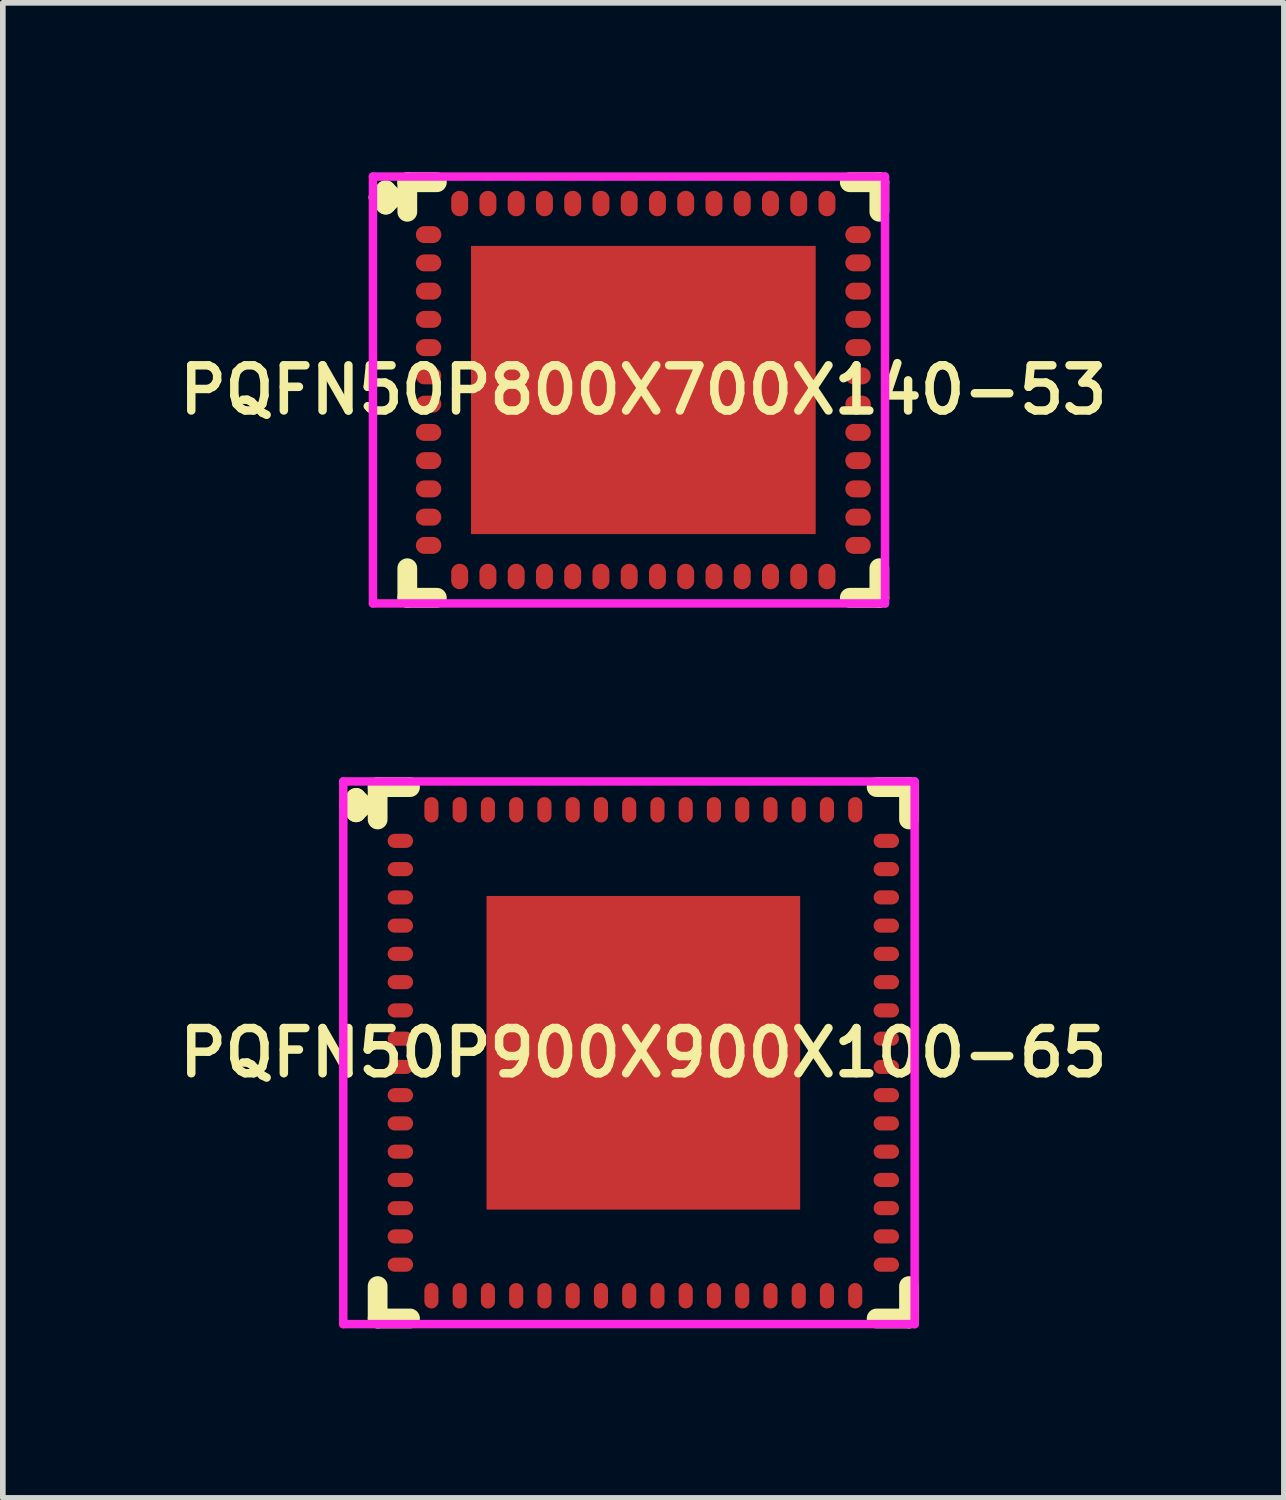
<source format=kicad_pcb>
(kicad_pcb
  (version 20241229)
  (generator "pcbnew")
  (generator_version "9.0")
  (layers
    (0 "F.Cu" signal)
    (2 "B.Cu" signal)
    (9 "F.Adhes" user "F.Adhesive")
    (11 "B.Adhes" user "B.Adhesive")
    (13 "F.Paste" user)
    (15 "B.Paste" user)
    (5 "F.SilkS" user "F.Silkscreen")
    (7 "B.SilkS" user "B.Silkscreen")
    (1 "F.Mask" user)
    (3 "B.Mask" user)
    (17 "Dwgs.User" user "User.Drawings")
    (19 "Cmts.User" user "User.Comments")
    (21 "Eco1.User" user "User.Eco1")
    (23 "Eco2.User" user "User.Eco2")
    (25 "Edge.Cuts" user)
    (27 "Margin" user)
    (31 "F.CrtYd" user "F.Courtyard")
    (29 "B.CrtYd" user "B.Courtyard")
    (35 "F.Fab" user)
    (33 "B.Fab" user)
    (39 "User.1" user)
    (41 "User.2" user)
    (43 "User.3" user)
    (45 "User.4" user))
  (footprint "PQFN50P900X900X100-65"
    (layer "F.Cu")
    (at 8.335 15.581)
    (property "Reference" "PQFN50P900X900X100-65" (at 0 0 0) (layer "F.SilkS") (effects (font (size 0.8 0.8) (thickness 0.15))))
    (attr through_hole)
    (fp_line (start -5.21 -4.383) (end -5.083 -4.51) (stroke (width 0.35) (type solid)) (layer "F.SilkS"))
    (fp_line (start -5.083 -4.51) (end -4.956 -4.383) (stroke (width 0.35) (type solid)) (layer "F.SilkS"))
    (fp_line (start -5.083 -4.256) (end -5.21 -4.383) (stroke (width 0.35) (type solid)) (layer "F.SilkS"))
    (fp_line (start -4.956 -4.383) (end -5.083 -4.256) (stroke (width 0.35) (type solid)) (layer "F.SilkS"))
    (fp_line (start -4.702 -4.702) (end -4.129 -4.702) (stroke (width 0.35) (type solid)) (layer "F.SilkS"))
    (fp_line (start -4.702 -4.129) (end -4.702 -4.702) (stroke (width 0.35) (type solid)) (layer "F.SilkS"))
    (fp_line (start -4.702 4.129) (end -4.702 4.702) (stroke (width 0.35) (type solid)) (layer "F.SilkS"))
    (fp_line (start -4.702 4.702) (end -4.129 4.702) (stroke (width 0.35) (type solid)) (layer "F.SilkS"))
    (fp_line (start 4.129 -4.702) (end 4.702 -4.702) (stroke (width 0.35) (type solid)) (layer "F.SilkS"))
    (fp_line (start 4.129 4.702) (end 4.702 4.702) (stroke (width 0.35) (type solid)) (layer "F.SilkS"))
    (fp_line (start 4.702 -4.702) (end 4.702 -4.129) (stroke (width 0.35) (type solid)) (layer "F.SilkS"))
    (fp_line (start 4.702 4.702) (end 4.702 4.129) (stroke (width 0.35) (type solid)) (layer "F.SilkS"))
    (fp_line (start -5.31 -4.802) (end 4.802 -4.802) (stroke (width 0.15) (type solid)) (layer "F.CrtYd"))
    (fp_line (start -5.31 4.802) (end -5.31 -4.802) (stroke (width 0.15) (type solid)) (layer "F.CrtYd"))
    (fp_line (start 4.802 -4.802) (end 4.802 4.802) (stroke (width 0.15) (type solid)) (layer "F.CrtYd"))
    (fp_line (start 4.802 4.802) (end -5.31 4.802) (stroke (width 0.15) (type solid)) (layer "F.CrtYd"))
    (pad "1" smd oval (at -4.3 -3.75) (size 0.45 0.25) (layers "F.Cu" "F.Mask" "F.Paste"))
    (pad "2" smd oval (at -4.3 -3.25) (size 0.45 0.25) (layers "F.Cu" "F.Mask" "F.Paste"))
    (pad "3" smd oval (at -4.3 -2.75) (size 0.45 0.25) (layers "F.Cu" "F.Mask" "F.Paste"))
    (pad "4" smd oval (at -4.3 -2.25) (size 0.45 0.25) (layers "F.Cu" "F.Mask" "F.Paste"))
    (pad "5" smd oval (at -4.3 -1.75) (size 0.45 0.25) (layers "F.Cu" "F.Mask" "F.Paste"))
    (pad "6" smd oval (at -4.3 -1.25) (size 0.45 0.25) (layers "F.Cu" "F.Mask" "F.Paste"))
    (pad "7" smd oval (at -4.3 -0.75) (size 0.45 0.25) (layers "F.Cu" "F.Mask" "F.Paste"))
    (pad "8" smd oval (at -4.3 -0.25) (size 0.45 0.25) (layers "F.Cu" "F.Mask" "F.Paste"))
    (pad "9" smd oval (at -4.3 0.25) (size 0.45 0.25) (layers "F.Cu" "F.Mask" "F.Paste"))
    (pad "10" smd oval (at -4.3 0.75) (size 0.45 0.25) (layers "F.Cu" "F.Mask" "F.Paste"))
    (pad "11" smd oval (at -4.3 1.25) (size 0.45 0.25) (layers "F.Cu" "F.Mask" "F.Paste"))
    (pad "12" smd oval (at -4.3 1.75) (size 0.45 0.25) (layers "F.Cu" "F.Mask" "F.Paste"))
    (pad "13" smd oval (at -4.3 2.25) (size 0.45 0.25) (layers "F.Cu" "F.Mask" "F.Paste"))
    (pad "14" smd oval (at -4.3 2.75) (size 0.45 0.25) (layers "F.Cu" "F.Mask" "F.Paste"))
    (pad "15" smd oval (at -4.3 3.25) (size 0.45 0.25) (layers "F.Cu" "F.Mask" "F.Paste"))
    (pad "16" smd oval (at -4.3 3.75) (size 0.45 0.25) (layers "F.Cu" "F.Mask" "F.Paste"))
    (pad "17" smd oval (at -3.75 4.3) (size 0.25 0.45) (layers "F.Cu" "F.Mask" "F.Paste"))
    (pad "18" smd oval (at -3.25 4.3) (size 0.25 0.45) (layers "F.Cu" "F.Mask" "F.Paste"))
    (pad "19" smd oval (at -2.75 4.3) (size 0.25 0.45) (layers "F.Cu" "F.Mask" "F.Paste"))
    (pad "20" smd oval (at -2.25 4.3) (size 0.25 0.45) (layers "F.Cu" "F.Mask" "F.Paste"))
    (pad "21" smd oval (at -1.75 4.3) (size 0.25 0.45) (layers "F.Cu" "F.Mask" "F.Paste"))
    (pad "22" smd oval (at -1.25 4.3) (size 0.25 0.45) (layers "F.Cu" "F.Mask" "F.Paste"))
    (pad "23" smd oval (at -0.75 4.3) (size 0.25 0.45) (layers "F.Cu" "F.Mask" "F.Paste"))
    (pad "24" smd oval (at -0.25 4.3) (size 0.25 0.45) (layers "F.Cu" "F.Mask" "F.Paste"))
    (pad "25" smd oval (at 0.25 4.3) (size 0.25 0.45) (layers "F.Cu" "F.Mask" "F.Paste"))
    (pad "26" smd oval (at 0.75 4.3) (size 0.25 0.45) (layers "F.Cu" "F.Mask" "F.Paste"))
    (pad "27" smd oval (at 1.25 4.3) (size 0.25 0.45) (layers "F.Cu" "F.Mask" "F.Paste"))
    (pad "28" smd oval (at 1.75 4.3) (size 0.25 0.45) (layers "F.Cu" "F.Mask" "F.Paste"))
    (pad "29" smd oval (at 2.25 4.3) (size 0.25 0.45) (layers "F.Cu" "F.Mask" "F.Paste"))
    (pad "30" smd oval (at 2.75 4.3) (size 0.25 0.45) (layers "F.Cu" "F.Mask" "F.Paste"))
    (pad "31" smd oval (at 3.25 4.3) (size 0.25 0.45) (layers "F.Cu" "F.Mask" "F.Paste"))
    (pad "32" smd oval (at 3.75 4.3) (size 0.25 0.45) (layers "F.Cu" "F.Mask" "F.Paste"))
    (pad "33" smd oval (at 4.3 3.75) (size 0.45 0.25) (layers "F.Cu" "F.Mask" "F.Paste"))
    (pad "34" smd oval (at 4.3 3.25) (size 0.45 0.25) (layers "F.Cu" "F.Mask" "F.Paste"))
    (pad "35" smd oval (at 4.3 2.75) (size 0.45 0.25) (layers "F.Cu" "F.Mask" "F.Paste"))
    (pad "36" smd oval (at 4.3 2.25) (size 0.45 0.25) (layers "F.Cu" "F.Mask" "F.Paste"))
    (pad "37" smd oval (at 4.3 1.75) (size 0.45 0.25) (layers "F.Cu" "F.Mask" "F.Paste"))
    (pad "38" smd oval (at 4.3 1.25) (size 0.45 0.25) (layers "F.Cu" "F.Mask" "F.Paste"))
    (pad "39" smd oval (at 4.3 0.75) (size 0.45 0.25) (layers "F.Cu" "F.Mask" "F.Paste"))
    (pad "40" smd oval (at 4.3 0.25) (size 0.45 0.25) (layers "F.Cu" "F.Mask" "F.Paste"))
    (pad "41" smd oval (at 4.3 -0.25) (size 0.45 0.25) (layers "F.Cu" "F.Mask" "F.Paste"))
    (pad "42" smd oval (at 4.3 -0.75) (size 0.45 0.25) (layers "F.Cu" "F.Mask" "F.Paste"))
    (pad "43" smd oval (at 4.3 -1.25) (size 0.45 0.25) (layers "F.Cu" "F.Mask" "F.Paste"))
    (pad "44" smd oval (at 4.3 -1.75) (size 0.45 0.25) (layers "F.Cu" "F.Mask" "F.Paste"))
    (pad "45" smd oval (at 4.3 -2.25) (size 0.45 0.25) (layers "F.Cu" "F.Mask" "F.Paste"))
    (pad "46" smd oval (at 4.3 -2.75) (size 0.45 0.25) (layers "F.Cu" "F.Mask" "F.Paste"))
    (pad "47" smd oval (at 4.3 -3.25) (size 0.45 0.25) (layers "F.Cu" "F.Mask" "F.Paste"))
    (pad "48" smd oval (at 4.3 -3.75) (size 0.45 0.25) (layers "F.Cu" "F.Mask" "F.Paste"))
    (pad "49" smd oval (at 3.75 -4.3) (size 0.25 0.45) (layers "F.Cu" "F.Mask" "F.Paste"))
    (pad "50" smd oval (at 3.25 -4.3) (size 0.25 0.45) (layers "F.Cu" "F.Mask" "F.Paste"))
    (pad "51" smd oval (at 2.75 -4.3) (size 0.25 0.45) (layers "F.Cu" "F.Mask" "F.Paste"))
    (pad "52" smd oval (at 2.25 -4.3) (size 0.25 0.45) (layers "F.Cu" "F.Mask" "F.Paste"))
    (pad "53" smd oval (at 1.75 -4.3) (size 0.25 0.45) (layers "F.Cu" "F.Mask" "F.Paste"))
    (pad "54" smd oval (at 1.25 -4.3) (size 0.25 0.45) (layers "F.Cu" "F.Mask" "F.Paste"))
    (pad "55" smd oval (at 0.75 -4.3) (size 0.25 0.45) (layers "F.Cu" "F.Mask" "F.Paste"))
    (pad "56" smd oval (at 0.25 -4.3) (size 0.25 0.45) (layers "F.Cu" "F.Mask" "F.Paste"))
    (pad "57" smd oval (at -0.25 -4.3) (size 0.25 0.45) (layers "F.Cu" "F.Mask" "F.Paste"))
    (pad "58" smd oval (at -0.75 -4.3) (size 0.25 0.45) (layers "F.Cu" "F.Mask" "F.Paste"))
    (pad "59" smd oval (at -1.25 -4.3) (size 0.25 0.45) (layers "F.Cu" "F.Mask" "F.Paste"))
    (pad "60" smd oval (at -1.75 -4.3) (size 0.25 0.45) (layers "F.Cu" "F.Mask" "F.Paste"))
    (pad "61" smd oval (at -2.25 -4.3) (size 0.25 0.45) (layers "F.Cu" "F.Mask" "F.Paste"))
    (pad "62" smd oval (at -2.75 -4.3) (size 0.25 0.45) (layers "F.Cu" "F.Mask" "F.Paste"))
    (pad "63" smd oval (at -3.25 -4.3) (size 0.25 0.45) (layers "F.Cu" "F.Mask" "F.Paste"))
    (pad "64" smd oval (at -3.75 -4.3) (size 0.25 0.45) (layers "F.Cu" "F.Mask" "F.Paste"))
    (pad "65" smd rect (at 0 0) (size 5.55 5.55) (layers "F.Cu" "F.Mask" "F.Paste")))
  (footprint "PQFN50P800X700X140-53"
    (layer "F.Cu")
    (at 8.335 3.852)
    (property "Reference" "PQFN50P800X700X140-53" (at 0 0 0) (layer "F.SilkS") (effects (font (size 0.8 0.8) (thickness 0.15))))
    (attr smd)
    (fp_line (start -4.685 -3.408) (end -4.558 -3.535) (stroke (width 0.35) (type solid)) (layer "F.SilkS"))
    (fp_line (start -4.558 -3.535) (end -4.431 -3.408) (stroke (width 0.35) (type solid)) (layer "F.SilkS"))
    (fp_line (start -4.558 -3.281) (end -4.685 -3.408) (stroke (width 0.35) (type solid)) (layer "F.SilkS"))
    (fp_line (start -4.431 -3.408) (end -4.558 -3.281) (stroke (width 0.35) (type solid)) (layer "F.SilkS"))
    (fp_line (start -4.177 -3.677) (end -3.654 -3.677) (stroke (width 0.35) (type solid)) (layer "F.SilkS"))
    (fp_line (start -4.177 -3.154) (end -4.177 -3.677) (stroke (width 0.35) (type solid)) (layer "F.SilkS"))
    (fp_line (start -4.177 3.154) (end -4.177 3.677) (stroke (width 0.35) (type solid)) (layer "F.SilkS"))
    (fp_line (start -4.177 3.677) (end -3.654 3.677) (stroke (width 0.35) (type solid)) (layer "F.SilkS"))
    (fp_line (start 3.654 -3.677) (end 4.177 -3.677) (stroke (width 0.35) (type solid)) (layer "F.SilkS"))
    (fp_line (start 3.654 3.677) (end 4.177 3.677) (stroke (width 0.35) (type solid)) (layer "F.SilkS"))
    (fp_line (start 4.177 -3.677) (end 4.177 -3.154) (stroke (width 0.35) (type solid)) (layer "F.SilkS"))
    (fp_line (start 4.177 3.677) (end 4.177 3.154) (stroke (width 0.35) (type solid)) (layer "F.SilkS"))
    (fp_line (start -4.785 -3.777) (end 4.277 -3.777) (stroke (width 0.15) (type solid)) (layer "F.CrtYd"))
    (fp_line (start -4.785 3.777) (end -4.785 -3.777) (stroke (width 0.15) (type solid)) (layer "F.CrtYd"))
    (fp_line (start 4.277 -3.777) (end 4.277 3.777) (stroke (width 0.15) (type solid)) (layer "F.CrtYd"))
    (fp_line (start 4.277 3.777) (end -4.785 3.777) (stroke (width 0.15) (type solid)) (layer "F.CrtYd"))
    (pad "1" smd oval (at -3.8 -2.75) (size 0.45 0.3) (layers "F.Cu" "F.Mask" "F.Paste"))
    (pad "2" smd oval (at -3.8 -2.25) (size 0.45 0.3) (layers "F.Cu" "F.Mask" "F.Paste"))
    (pad "3" smd oval (at -3.8 -1.75) (size 0.45 0.3) (layers "F.Cu" "F.Mask" "F.Paste"))
    (pad "4" smd oval (at -3.8 -1.25) (size 0.45 0.3) (layers "F.Cu" "F.Mask" "F.Paste"))
    (pad "5" smd oval (at -3.8 -0.75) (size 0.45 0.3) (layers "F.Cu" "F.Mask" "F.Paste"))
    (pad "6" smd oval (at -3.8 -0.25) (size 0.45 0.3) (layers "F.Cu" "F.Mask" "F.Paste"))
    (pad "7" smd oval (at -3.8 0.25) (size 0.45 0.3) (layers "F.Cu" "F.Mask" "F.Paste"))
    (pad "8" smd oval (at -3.8 0.75) (size 0.45 0.3) (layers "F.Cu" "F.Mask" "F.Paste"))
    (pad "9" smd oval (at -3.8 1.25) (size 0.45 0.3) (layers "F.Cu" "F.Mask" "F.Paste"))
    (pad "10" smd oval (at -3.8 1.75) (size 0.45 0.3) (layers "F.Cu" "F.Mask" "F.Paste"))
    (pad "11" smd oval (at -3.8 2.25) (size 0.45 0.3) (layers "F.Cu" "F.Mask" "F.Paste"))
    (pad "12" smd oval (at -3.8 2.75) (size 0.45 0.3) (layers "F.Cu" "F.Mask" "F.Paste"))
    (pad "13" smd oval (at -3.25 3.3) (size 0.3 0.45) (layers "F.Cu" "F.Mask" "F.Paste"))
    (pad "14" smd oval (at -2.75 3.3) (size 0.3 0.45) (layers "F.Cu" "F.Mask" "F.Paste"))
    (pad "15" smd oval (at -2.25 3.3) (size 0.3 0.45) (layers "F.Cu" "F.Mask" "F.Paste"))
    (pad "16" smd oval (at -1.75 3.3) (size 0.3 0.45) (layers "F.Cu" "F.Mask" "F.Paste"))
    (pad "17" smd oval (at -1.25 3.3) (size 0.3 0.45) (layers "F.Cu" "F.Mask" "F.Paste"))
    (pad "18" smd oval (at -0.75 3.3) (size 0.3 0.45) (layers "F.Cu" "F.Mask" "F.Paste"))
    (pad "19" smd oval (at -0.25 3.3) (size 0.3 0.45) (layers "F.Cu" "F.Mask" "F.Paste"))
    (pad "20" smd oval (at 0.25 3.3) (size 0.3 0.45) (layers "F.Cu" "F.Mask" "F.Paste"))
    (pad "21" smd oval (at 0.75 3.3) (size 0.3 0.45) (layers "F.Cu" "F.Mask" "F.Paste"))
    (pad "22" smd oval (at 1.25 3.3) (size 0.3 0.45) (layers "F.Cu" "F.Mask" "F.Paste"))
    (pad "23" smd oval (at 1.75 3.3) (size 0.3 0.45) (layers "F.Cu" "F.Mask" "F.Paste"))
    (pad "24" smd oval (at 2.25 3.3) (size 0.3 0.45) (layers "F.Cu" "F.Mask" "F.Paste"))
    (pad "25" smd oval (at 2.75 3.3) (size 0.3 0.45) (layers "F.Cu" "F.Mask" "F.Paste"))
    (pad "26" smd oval (at 3.25 3.3) (size 0.3 0.45) (layers "F.Cu" "F.Mask" "F.Paste"))
    (pad "27" smd oval (at 3.8 2.75) (size 0.45 0.3) (layers "F.Cu" "F.Mask" "F.Paste"))
    (pad "28" smd oval (at 3.8 2.25) (size 0.45 0.3) (layers "F.Cu" "F.Mask" "F.Paste"))
    (pad "29" smd oval (at 3.8 1.75) (size 0.45 0.3) (layers "F.Cu" "F.Mask" "F.Paste"))
    (pad "30" smd oval (at 3.8 1.25) (size 0.45 0.3) (layers "F.Cu" "F.Mask" "F.Paste"))
    (pad "31" smd oval (at 3.8 0.75) (size 0.45 0.3) (layers "F.Cu" "F.Mask" "F.Paste"))
    (pad "32" smd oval (at 3.8 0.25) (size 0.45 0.3) (layers "F.Cu" "F.Mask" "F.Paste"))
    (pad "33" smd oval (at 3.8 -0.25) (size 0.45 0.3) (layers "F.Cu" "F.Mask" "F.Paste"))
    (pad "34" smd oval (at 3.8 -0.75) (size 0.45 0.3) (layers "F.Cu" "F.Mask" "F.Paste"))
    (pad "35" smd oval (at 3.8 -1.25) (size 0.45 0.3) (layers "F.Cu" "F.Mask" "F.Paste"))
    (pad "36" smd oval (at 3.8 -1.75) (size 0.45 0.3) (layers "F.Cu" "F.Mask" "F.Paste"))
    (pad "37" smd oval (at 3.8 -2.25) (size 0.45 0.3) (layers "F.Cu" "F.Mask" "F.Paste"))
    (pad "38" smd oval (at 3.8 -2.75) (size 0.45 0.3) (layers "F.Cu" "F.Mask" "F.Paste"))
    (pad "39" smd oval (at 3.25 -3.3) (size 0.3 0.45) (layers "F.Cu" "F.Mask" "F.Paste"))
    (pad "40" smd oval (at 2.75 -3.3) (size 0.3 0.45) (layers "F.Cu" "F.Mask" "F.Paste"))
    (pad "41" smd oval (at 2.25 -3.3) (size 0.3 0.45) (layers "F.Cu" "F.Mask" "F.Paste"))
    (pad "42" smd oval (at 1.75 -3.3) (size 0.3 0.45) (layers "F.Cu" "F.Mask" "F.Paste"))
    (pad "43" smd oval (at 1.25 -3.3) (size 0.3 0.45) (layers "F.Cu" "F.Mask" "F.Paste"))
    (pad "44" smd oval (at 0.75 -3.3) (size 0.3 0.45) (layers "F.Cu" "F.Mask" "F.Paste"))
    (pad "45" smd oval (at 0.25 -3.3) (size 0.3 0.45) (layers "F.Cu" "F.Mask" "F.Paste"))
    (pad "46" smd oval (at -0.25 -3.3) (size 0.3 0.45) (layers "F.Cu" "F.Mask" "F.Paste"))
    (pad "47" smd oval (at -0.75 -3.3) (size 0.3 0.45) (layers "F.Cu" "F.Mask" "F.Paste"))
    (pad "48" smd oval (at -1.25 -3.3) (size 0.3 0.45) (layers "F.Cu" "F.Mask" "F.Paste"))
    (pad "49" smd oval (at -1.75 -3.3) (size 0.3 0.45) (layers "F.Cu" "F.Mask" "F.Paste"))
    (pad "50" smd oval (at -2.25 -3.3) (size 0.3 0.45) (layers "F.Cu" "F.Mask" "F.Paste"))
    (pad "51" smd oval (at -2.75 -3.3) (size 0.3 0.45) (layers "F.Cu" "F.Mask" "F.Paste"))
    (pad "52" smd oval (at -3.25 -3.3) (size 0.3 0.45) (layers "F.Cu" "F.Mask" "F.Paste"))
    (pad "53" smd rect (at 0 0) (size 6.1 5.1) (layers "F.Cu" "F.Mask" "F.Paste")))
  (gr_rect
    (start -3 -3)
    (end 19.671 23.458)
    (stroke (width 0.1) (type default))
    (fill no)
    (layer "Edge.Cuts")))
</source>
